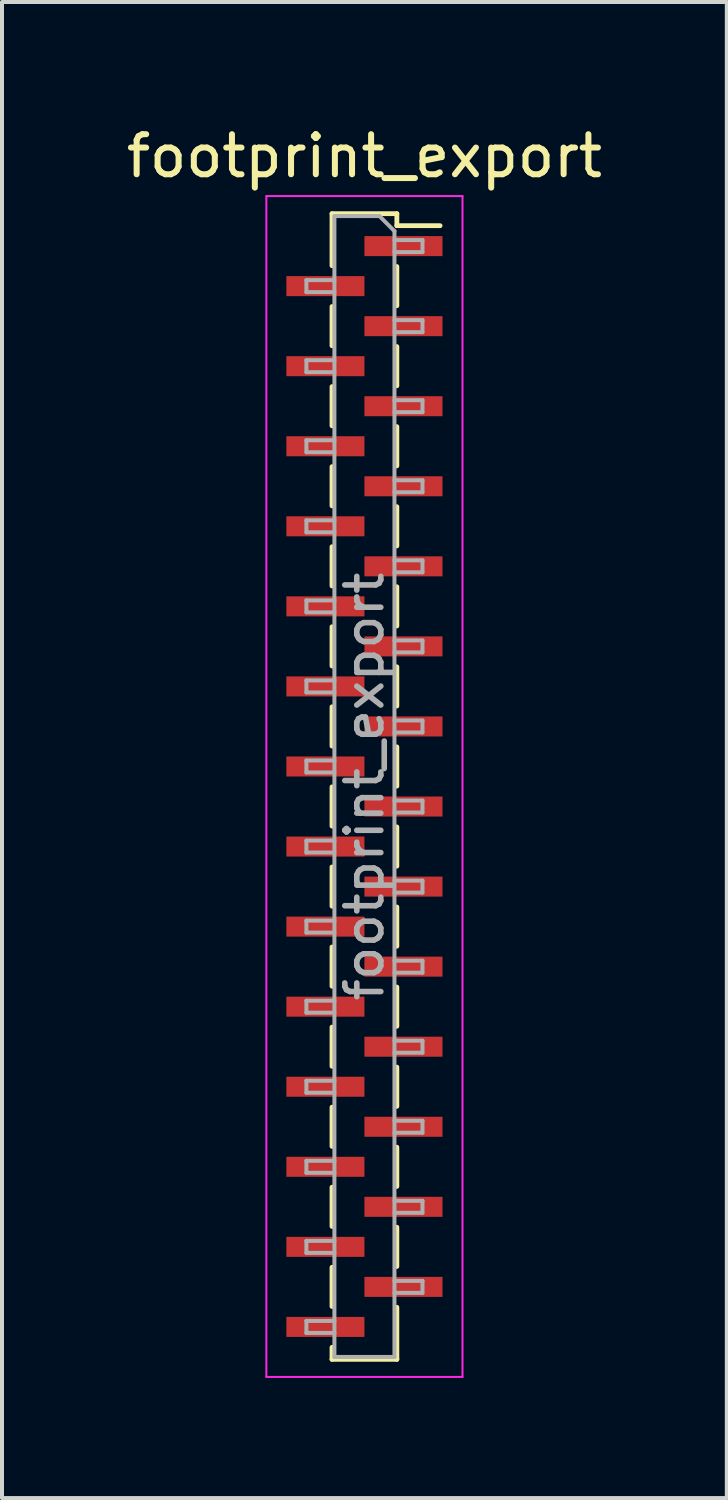
<source format=kicad_pcb>
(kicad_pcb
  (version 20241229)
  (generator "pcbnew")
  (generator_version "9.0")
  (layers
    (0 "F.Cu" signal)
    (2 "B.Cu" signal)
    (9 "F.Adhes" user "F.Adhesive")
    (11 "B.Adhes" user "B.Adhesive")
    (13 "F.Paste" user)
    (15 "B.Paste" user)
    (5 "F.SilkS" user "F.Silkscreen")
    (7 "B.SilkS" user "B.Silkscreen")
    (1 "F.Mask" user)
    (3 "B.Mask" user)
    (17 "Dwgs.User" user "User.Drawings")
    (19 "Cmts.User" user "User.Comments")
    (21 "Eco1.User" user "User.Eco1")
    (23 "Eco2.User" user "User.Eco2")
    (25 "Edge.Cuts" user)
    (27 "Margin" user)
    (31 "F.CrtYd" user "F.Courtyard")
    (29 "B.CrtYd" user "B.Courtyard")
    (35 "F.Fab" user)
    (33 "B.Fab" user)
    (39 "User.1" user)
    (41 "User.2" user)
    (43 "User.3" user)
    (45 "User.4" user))
  (footprint "footprint_export"
    (layer "F.Cu")
    (at 6.054 16.598)
    (property "Reference" "footprint_export" (at 0 -15.75 0) (layer "F.SilkS") (effects (font (size 1 1) (thickness 0.15))))
    (attr smd)
    (fp_line (start -0.81 -14.31) (end -0.81 -13.01) (stroke (width 0.12) (type solid)) (layer "F.SilkS"))
    (fp_line (start -0.81 -14.31) (end 0.81 -14.31) (stroke (width 0.12) (type solid)) (layer "F.SilkS"))
    (fp_line (start -0.81 -11.99) (end -0.81 -11.01) (stroke (width 0.12) (type solid)) (layer "F.SilkS"))
    (fp_line (start -0.81 -9.99) (end -0.81 -9.01) (stroke (width 0.12) (type solid)) (layer "F.SilkS"))
    (fp_line (start -0.81 -7.99) (end -0.81 -7.01) (stroke (width 0.12) (type solid)) (layer "F.SilkS"))
    (fp_line (start -0.81 -5.99) (end -0.81 -5.01) (stroke (width 0.12) (type solid)) (layer "F.SilkS"))
    (fp_line (start -0.81 -3.99) (end -0.81 -3.01) (stroke (width 0.12) (type solid)) (layer "F.SilkS"))
    (fp_line (start -0.81 -1.99) (end -0.81 -1.01) (stroke (width 0.12) (type solid)) (layer "F.SilkS"))
    (fp_line (start -0.81 0.01) (end -0.81 0.99) (stroke (width 0.12) (type solid)) (layer "F.SilkS"))
    (fp_line (start -0.81 2.01) (end -0.81 2.99) (stroke (width 0.12) (type solid)) (layer "F.SilkS"))
    (fp_line (start -0.81 4.01) (end -0.81 4.99) (stroke (width 0.12) (type solid)) (layer "F.SilkS"))
    (fp_line (start -0.81 6.01) (end -0.81 6.99) (stroke (width 0.12) (type solid)) (layer "F.SilkS"))
    (fp_line (start -0.81 8.01) (end -0.81 8.99) (stroke (width 0.12) (type solid)) (layer "F.SilkS"))
    (fp_line (start -0.81 10.01) (end -0.81 10.99) (stroke (width 0.12) (type solid)) (layer "F.SilkS"))
    (fp_line (start -0.81 12.01) (end -0.81 12.99) (stroke (width 0.12) (type solid)) (layer "F.SilkS"))
    (fp_line (start -0.81 14.01) (end -0.81 14.31) (stroke (width 0.12) (type solid)) (layer "F.SilkS"))
    (fp_line (start -0.81 14.31) (end 0.81 14.31) (stroke (width 0.12) (type solid)) (layer "F.SilkS"))
    (fp_line (start 0.81 -14.31) (end 0.81 -14.01) (stroke (width 0.12) (type solid)) (layer "F.SilkS"))
    (fp_line (start 0.81 -14.01) (end 1.89 -14.01) (stroke (width 0.12) (type solid)) (layer "F.SilkS"))
    (fp_line (start 0.81 -12.99) (end 0.81 -12.01) (stroke (width 0.12) (type solid)) (layer "F.SilkS"))
    (fp_line (start 0.81 -10.99) (end 0.81 -10.01) (stroke (width 0.12) (type solid)) (layer "F.SilkS"))
    (fp_line (start 0.81 -8.99) (end 0.81 -8.01) (stroke (width 0.12) (type solid)) (layer "F.SilkS"))
    (fp_line (start 0.81 -6.99) (end 0.81 -6.01) (stroke (width 0.12) (type solid)) (layer "F.SilkS"))
    (fp_line (start 0.81 -4.99) (end 0.81 -4.01) (stroke (width 0.12) (type solid)) (layer "F.SilkS"))
    (fp_line (start 0.81 -2.99) (end 0.81 -2.01) (stroke (width 0.12) (type solid)) (layer "F.SilkS"))
    (fp_line (start 0.81 -0.99) (end 0.81 -0.01) (stroke (width 0.12) (type solid)) (layer "F.SilkS"))
    (fp_line (start 0.81 1.01) (end 0.81 1.99) (stroke (width 0.12) (type solid)) (layer "F.SilkS"))
    (fp_line (start 0.81 3.01) (end 0.81 3.99) (stroke (width 0.12) (type solid)) (layer "F.SilkS"))
    (fp_line (start 0.81 5.01) (end 0.81 5.99) (stroke (width 0.12) (type solid)) (layer "F.SilkS"))
    (fp_line (start 0.81 7.01) (end 0.81 7.99) (stroke (width 0.12) (type solid)) (layer "F.SilkS"))
    (fp_line (start 0.81 9.01) (end 0.81 9.99) (stroke (width 0.12) (type solid)) (layer "F.SilkS"))
    (fp_line (start 0.81 11.01) (end 0.81 11.99) (stroke (width 0.12) (type solid)) (layer "F.SilkS"))
    (fp_line (start 0.81 13.01) (end 0.81 14.31) (stroke (width 0.12) (type solid)) (layer "F.SilkS"))
    (fp_line (start -2.45 -14.75) (end 2.45 -14.75) (stroke (width 0.05) (type solid)) (layer "F.CrtYd"))
    (fp_line (start -2.45 14.75) (end -2.45 -14.75) (stroke (width 0.05) (type solid)) (layer "F.CrtYd"))
    (fp_line (start 2.45 -14.75) (end 2.45 14.75) (stroke (width 0.05) (type solid)) (layer "F.CrtYd"))
    (fp_line (start 2.45 14.75) (end -2.45 14.75) (stroke (width 0.05) (type solid)) (layer "F.CrtYd"))
    (fp_line (start -1.45 -12.65) (end -0.75 -12.65) (stroke (width 0.1) (type solid)) (layer "F.Fab"))
    (fp_line (start -1.45 -12.35) (end -1.45 -12.65) (stroke (width 0.1) (type solid)) (layer "F.Fab"))
    (fp_line (start -1.45 -10.65) (end -0.75 -10.65) (stroke (width 0.1) (type solid)) (layer "F.Fab"))
    (fp_line (start -1.45 -10.35) (end -1.45 -10.65) (stroke (width 0.1) (type solid)) (layer "F.Fab"))
    (fp_line (start -1.45 -8.65) (end -0.75 -8.65) (stroke (width 0.1) (type solid)) (layer "F.Fab"))
    (fp_line (start -1.45 -8.35) (end -1.45 -8.65) (stroke (width 0.1) (type solid)) (layer "F.Fab"))
    (fp_line (start -1.45 -6.65) (end -0.75 -6.65) (stroke (width 0.1) (type solid)) (layer "F.Fab"))
    (fp_line (start -1.45 -6.35) (end -1.45 -6.65) (stroke (width 0.1) (type solid)) (layer "F.Fab"))
    (fp_line (start -1.45 -4.65) (end -0.75 -4.65) (stroke (width 0.1) (type solid)) (layer "F.Fab"))
    (fp_line (start -1.45 -4.35) (end -1.45 -4.65) (stroke (width 0.1) (type solid)) (layer "F.Fab"))
    (fp_line (start -1.45 -2.65) (end -0.75 -2.65) (stroke (width 0.1) (type solid)) (layer "F.Fab"))
    (fp_line (start -1.45 -2.35) (end -1.45 -2.65) (stroke (width 0.1) (type solid)) (layer "F.Fab"))
    (fp_line (start -1.45 -0.65) (end -0.75 -0.65) (stroke (width 0.1) (type solid)) (layer "F.Fab"))
    (fp_line (start -1.45 -0.35) (end -1.45 -0.65) (stroke (width 0.1) (type solid)) (layer "F.Fab"))
    (fp_line (start -1.45 1.35) (end -0.75 1.35) (stroke (width 0.1) (type solid)) (layer "F.Fab"))
    (fp_line (start -1.45 1.65) (end -1.45 1.35) (stroke (width 0.1) (type solid)) (layer "F.Fab"))
    (fp_line (start -1.45 3.35) (end -0.75 3.35) (stroke (width 0.1) (type solid)) (layer "F.Fab"))
    (fp_line (start -1.45 3.65) (end -1.45 3.35) (stroke (width 0.1) (type solid)) (layer "F.Fab"))
    (fp_line (start -1.45 5.35) (end -0.75 5.35) (stroke (width 0.1) (type solid)) (layer "F.Fab"))
    (fp_line (start -1.45 5.65) (end -1.45 5.35) (stroke (width 0.1) (type solid)) (layer "F.Fab"))
    (fp_line (start -1.45 7.35) (end -0.75 7.35) (stroke (width 0.1) (type solid)) (layer "F.Fab"))
    (fp_line (start -1.45 7.65) (end -1.45 7.35) (stroke (width 0.1) (type solid)) (layer "F.Fab"))
    (fp_line (start -1.45 9.35) (end -0.75 9.35) (stroke (width 0.1) (type solid)) (layer "F.Fab"))
    (fp_line (start -1.45 9.65) (end -1.45 9.35) (stroke (width 0.1) (type solid)) (layer "F.Fab"))
    (fp_line (start -1.45 11.35) (end -0.75 11.35) (stroke (width 0.1) (type solid)) (layer "F.Fab"))
    (fp_line (start -1.45 11.65) (end -1.45 11.35) (stroke (width 0.1) (type solid)) (layer "F.Fab"))
    (fp_line (start -1.45 13.35) (end -0.75 13.35) (stroke (width 0.1) (type solid)) (layer "F.Fab"))
    (fp_line (start -1.45 13.65) (end -1.45 13.35) (stroke (width 0.1) (type solid)) (layer "F.Fab"))
    (fp_line (start -0.75 -14.25) (end 0.375 -14.25) (stroke (width 0.1) (type solid)) (layer "F.Fab"))
    (fp_line (start -0.75 -12.35) (end -1.45 -12.35) (stroke (width 0.1) (type solid)) (layer "F.Fab"))
    (fp_line (start -0.75 -10.35) (end -1.45 -10.35) (stroke (width 0.1) (type solid)) (layer "F.Fab"))
    (fp_line (start -0.75 -8.35) (end -1.45 -8.35) (stroke (width 0.1) (type solid)) (layer "F.Fab"))
    (fp_line (start -0.75 -6.35) (end -1.45 -6.35) (stroke (width 0.1) (type solid)) (layer "F.Fab"))
    (fp_line (start -0.75 -4.35) (end -1.45 -4.35) (stroke (width 0.1) (type solid)) (layer "F.Fab"))
    (fp_line (start -0.75 -2.35) (end -1.45 -2.35) (stroke (width 0.1) (type solid)) (layer "F.Fab"))
    (fp_line (start -0.75 -0.35) (end -1.45 -0.35) (stroke (width 0.1) (type solid)) (layer "F.Fab"))
    (fp_line (start -0.75 1.65) (end -1.45 1.65) (stroke (width 0.1) (type solid)) (layer "F.Fab"))
    (fp_line (start -0.75 3.65) (end -1.45 3.65) (stroke (width 0.1) (type solid)) (layer "F.Fab"))
    (fp_line (start -0.75 5.65) (end -1.45 5.65) (stroke (width 0.1) (type solid)) (layer "F.Fab"))
    (fp_line (start -0.75 7.65) (end -1.45 7.65) (stroke (width 0.1) (type solid)) (layer "F.Fab"))
    (fp_line (start -0.75 9.65) (end -1.45 9.65) (stroke (width 0.1) (type solid)) (layer "F.Fab"))
    (fp_line (start -0.75 11.65) (end -1.45 11.65) (stroke (width 0.1) (type solid)) (layer "F.Fab"))
    (fp_line (start -0.75 13.65) (end -1.45 13.65) (stroke (width 0.1) (type solid)) (layer "F.Fab"))
    (fp_line (start -0.75 14.25) (end -0.75 -14.25) (stroke (width 0.1) (type solid)) (layer "F.Fab"))
    (fp_line (start 0.375 -14.25) (end 0.75 -13.875) (stroke (width 0.1) (type solid)) (layer "F.Fab"))
    (fp_line (start 0.75 -13.875) (end 0.75 14.25) (stroke (width 0.1) (type solid)) (layer "F.Fab"))
    (fp_line (start 0.75 -13.65) (end 1.45 -13.65) (stroke (width 0.1) (type solid)) (layer "F.Fab"))
    (fp_line (start 0.75 -11.65) (end 1.45 -11.65) (stroke (width 0.1) (type solid)) (layer "F.Fab"))
    (fp_line (start 0.75 -9.65) (end 1.45 -9.65) (stroke (width 0.1) (type solid)) (layer "F.Fab"))
    (fp_line (start 0.75 -7.65) (end 1.45 -7.65) (stroke (width 0.1) (type solid)) (layer "F.Fab"))
    (fp_line (start 0.75 -5.65) (end 1.45 -5.65) (stroke (width 0.1) (type solid)) (layer "F.Fab"))
    (fp_line (start 0.75 -3.65) (end 1.45 -3.65) (stroke (width 0.1) (type solid)) (layer "F.Fab"))
    (fp_line (start 0.75 -1.65) (end 1.45 -1.65) (stroke (width 0.1) (type solid)) (layer "F.Fab"))
    (fp_line (start 0.75 0.35) (end 1.45 0.35) (stroke (width 0.1) (type solid)) (layer "F.Fab"))
    (fp_line (start 0.75 2.35) (end 1.45 2.35) (stroke (width 0.1) (type solid)) (layer "F.Fab"))
    (fp_line (start 0.75 4.35) (end 1.45 4.35) (stroke (width 0.1) (type solid)) (layer "F.Fab"))
    (fp_line (start 0.75 6.35) (end 1.45 6.35) (stroke (width 0.1) (type solid)) (layer "F.Fab"))
    (fp_line (start 0.75 8.35) (end 1.45 8.35) (stroke (width 0.1) (type solid)) (layer "F.Fab"))
    (fp_line (start 0.75 10.35) (end 1.45 10.35) (stroke (width 0.1) (type solid)) (layer "F.Fab"))
    (fp_line (start 0.75 12.35) (end 1.45 12.35) (stroke (width 0.1) (type solid)) (layer "F.Fab"))
    (fp_line (start 0.75 14.25) (end -0.75 14.25) (stroke (width 0.1) (type solid)) (layer "F.Fab"))
    (fp_line (start 1.45 -13.65) (end 1.45 -13.35) (stroke (width 0.1) (type solid)) (layer "F.Fab"))
    (fp_line (start 1.45 -13.35) (end 0.75 -13.35) (stroke (width 0.1) (type solid)) (layer "F.Fab"))
    (fp_line (start 1.45 -11.65) (end 1.45 -11.35) (stroke (width 0.1) (type solid)) (layer "F.Fab"))
    (fp_line (start 1.45 -11.35) (end 0.75 -11.35) (stroke (width 0.1) (type solid)) (layer "F.Fab"))
    (fp_line (start 1.45 -9.65) (end 1.45 -9.35) (stroke (width 0.1) (type solid)) (layer "F.Fab"))
    (fp_line (start 1.45 -9.35) (end 0.75 -9.35) (stroke (width 0.1) (type solid)) (layer "F.Fab"))
    (fp_line (start 1.45 -7.65) (end 1.45 -7.35) (stroke (width 0.1) (type solid)) (layer "F.Fab"))
    (fp_line (start 1.45 -7.35) (end 0.75 -7.35) (stroke (width 0.1) (type solid)) (layer "F.Fab"))
    (fp_line (start 1.45 -5.65) (end 1.45 -5.35) (stroke (width 0.1) (type solid)) (layer "F.Fab"))
    (fp_line (start 1.45 -5.35) (end 0.75 -5.35) (stroke (width 0.1) (type solid)) (layer "F.Fab"))
    (fp_line (start 1.45 -3.65) (end 1.45 -3.35) (stroke (width 0.1) (type solid)) (layer "F.Fab"))
    (fp_line (start 1.45 -3.35) (end 0.75 -3.35) (stroke (width 0.1) (type solid)) (layer "F.Fab"))
    (fp_line (start 1.45 -1.65) (end 1.45 -1.35) (stroke (width 0.1) (type solid)) (layer "F.Fab"))
    (fp_line (start 1.45 -1.35) (end 0.75 -1.35) (stroke (width 0.1) (type solid)) (layer "F.Fab"))
    (fp_line (start 1.45 0.35) (end 1.45 0.65) (stroke (width 0.1) (type solid)) (layer "F.Fab"))
    (fp_line (start 1.45 0.65) (end 0.75 0.65) (stroke (width 0.1) (type solid)) (layer "F.Fab"))
    (fp_line (start 1.45 2.35) (end 1.45 2.65) (stroke (width 0.1) (type solid)) (layer "F.Fab"))
    (fp_line (start 1.45 2.65) (end 0.75 2.65) (stroke (width 0.1) (type solid)) (layer "F.Fab"))
    (fp_line (start 1.45 4.35) (end 1.45 4.65) (stroke (width 0.1) (type solid)) (layer "F.Fab"))
    (fp_line (start 1.45 4.65) (end 0.75 4.65) (stroke (width 0.1) (type solid)) (layer "F.Fab"))
    (fp_line (start 1.45 6.35) (end 1.45 6.65) (stroke (width 0.1) (type solid)) (layer "F.Fab"))
    (fp_line (start 1.45 6.65) (end 0.75 6.65) (stroke (width 0.1) (type solid)) (layer "F.Fab"))
    (fp_line (start 1.45 8.35) (end 1.45 8.65) (stroke (width 0.1) (type solid)) (layer "F.Fab"))
    (fp_line (start 1.45 8.65) (end 0.75 8.65) (stroke (width 0.1) (type solid)) (layer "F.Fab"))
    (fp_line (start 1.45 10.35) (end 1.45 10.65) (stroke (width 0.1) (type solid)) (layer "F.Fab"))
    (fp_line (start 1.45 10.65) (end 0.75 10.65) (stroke (width 0.1) (type solid)) (layer "F.Fab"))
    (fp_line (start 1.45 12.35) (end 1.45 12.65) (stroke (width 0.1) (type solid)) (layer "F.Fab"))
    (fp_line (start 1.45 12.65) (end 0.75 12.65) (stroke (width 0.1) (type solid)) (layer "F.Fab"))
    (fp_text user "${REFERENCE}" (at 0 0 90) (layer "F.Fab") (effects (font (size 0.9 0.9) (thickness 0.14))))
    (pad "1" smd rect (at 0.975 -13.5) (size 1.95 0.5) (layers "F.Cu" "F.Mask" "F.Paste"))
    (pad "2" smd rect (at -0.975 -12.5) (size 1.95 0.5) (layers "F.Cu" "F.Mask" "F.Paste"))
    (pad "3" smd rect (at 0.975 -11.5) (size 1.95 0.5) (layers "F.Cu" "F.Mask" "F.Paste"))
    (pad "4" smd rect (at -0.975 -10.5) (size 1.95 0.5) (layers "F.Cu" "F.Mask" "F.Paste"))
    (pad "5" smd rect (at 0.975 -9.5) (size 1.95 0.5) (layers "F.Cu" "F.Mask" "F.Paste"))
    (pad "6" smd rect (at -0.975 -8.5) (size 1.95 0.5) (layers "F.Cu" "F.Mask" "F.Paste"))
    (pad "7" smd rect (at 0.975 -7.5) (size 1.95 0.5) (layers "F.Cu" "F.Mask" "F.Paste"))
    (pad "8" smd rect (at -0.975 -6.5) (size 1.95 0.5) (layers "F.Cu" "F.Mask" "F.Paste"))
    (pad "9" smd rect (at 0.975 -5.5) (size 1.95 0.5) (layers "F.Cu" "F.Mask" "F.Paste"))
    (pad "10" smd rect (at -0.975 -4.5) (size 1.95 0.5) (layers "F.Cu" "F.Mask" "F.Paste"))
    (pad "11" smd rect (at 0.975 -3.5) (size 1.95 0.5) (layers "F.Cu" "F.Mask" "F.Paste"))
    (pad "12" smd rect (at -0.975 -2.5) (size 1.95 0.5) (layers "F.Cu" "F.Mask" "F.Paste"))
    (pad "13" smd rect (at 0.975 -1.5) (size 1.95 0.5) (layers "F.Cu" "F.Mask" "F.Paste"))
    (pad "14" smd rect (at -0.975 -0.5) (size 1.95 0.5) (layers "F.Cu" "F.Mask" "F.Paste"))
    (pad "15" smd rect (at 0.975 0.5) (size 1.95 0.5) (layers "F.Cu" "F.Mask" "F.Paste"))
    (pad "16" smd rect (at -0.975 1.5) (size 1.95 0.5) (layers "F.Cu" "F.Mask" "F.Paste"))
    (pad "17" smd rect (at 0.975 2.5) (size 1.95 0.5) (layers "F.Cu" "F.Mask" "F.Paste"))
    (pad "18" smd rect (at -0.975 3.5) (size 1.95 0.5) (layers "F.Cu" "F.Mask" "F.Paste"))
    (pad "19" smd rect (at 0.975 4.5) (size 1.95 0.5) (layers "F.Cu" "F.Mask" "F.Paste"))
    (pad "20" smd rect (at -0.975 5.5) (size 1.95 0.5) (layers "F.Cu" "F.Mask" "F.Paste"))
    (pad "21" smd rect (at 0.975 6.5) (size 1.95 0.5) (layers "F.Cu" "F.Mask" "F.Paste"))
    (pad "22" smd rect (at -0.975 7.5) (size 1.95 0.5) (layers "F.Cu" "F.Mask" "F.Paste"))
    (pad "23" smd rect (at 0.975 8.5) (size 1.95 0.5) (layers "F.Cu" "F.Mask" "F.Paste"))
    (pad "24" smd rect (at -0.975 9.5) (size 1.95 0.5) (layers "F.Cu" "F.Mask" "F.Paste"))
    (pad "25" smd rect (at 0.975 10.5) (size 1.95 0.5) (layers "F.Cu" "F.Mask" "F.Paste"))
    (pad "26" smd rect (at -0.975 11.5) (size 1.95 0.5) (layers "F.Cu" "F.Mask" "F.Paste"))
    (pad "27" smd rect (at 0.975 12.5) (size 1.95 0.5) (layers "F.Cu" "F.Mask" "F.Paste"))
    (pad "28" smd rect (at -0.975 13.5) (size 1.95 0.5) (layers "F.Cu" "F.Mask" "F.Paste")))
  (gr_rect
    (start -3 -3)
    (end 15.107 34.373)
    (stroke (width 0.1) (type default))
    (fill no)
    (layer "Edge.Cuts")))
</source>
